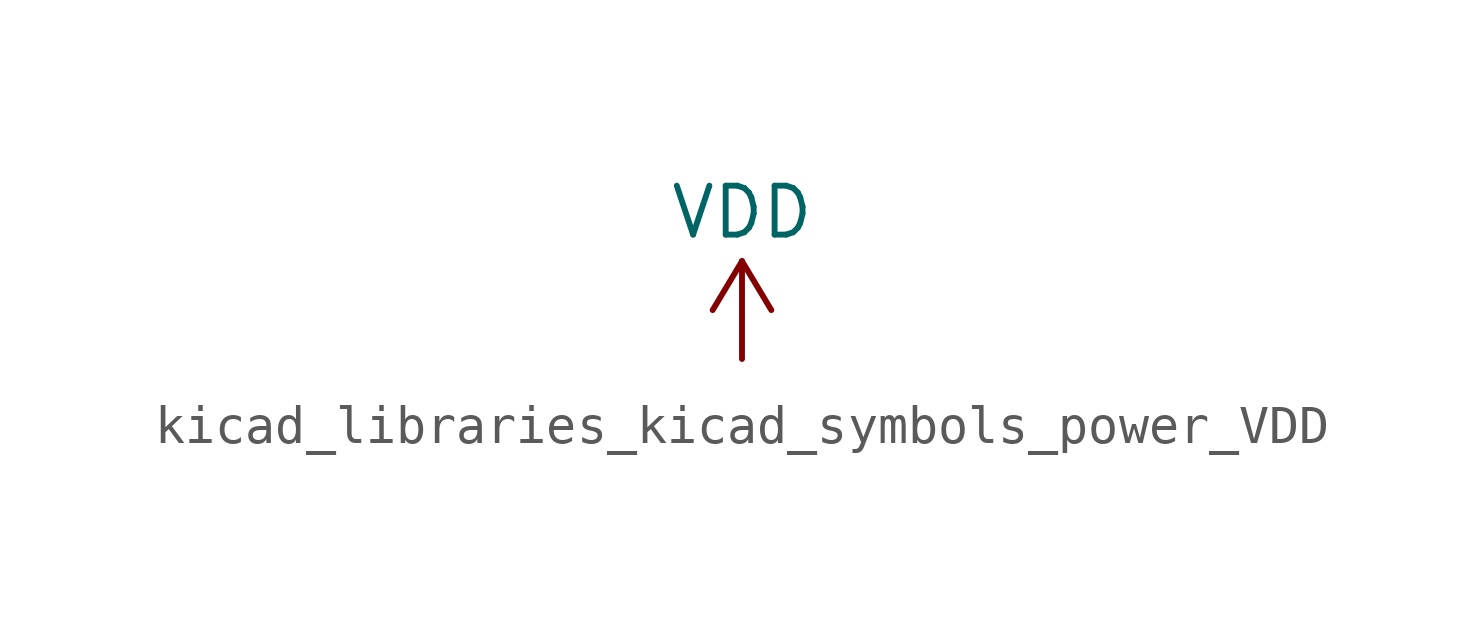
<source format=kicad_sym>
(kicad_symbol_lib
  (version 20220914)
  (generator kicad_symbol_editor)
  (symbol "kicad_libraries_kicad_symbols_power_VDD"
    (power)
    (pin_names
      (offset 0))
    (property "Reference" "#PWR"
      (at 0 -3.81 0)
      (effects (font (size 1.27 1.27)) hide))
    (property "Value" "VDD"
      (at 0 3.81 0)
      (effects (font (size 1.27 1.27))))
    (symbol "kicad_libraries_kicad_symbols_power_VDD_0_1"
      (polyline (pts (xy -0.762 1.27) (xy 0 2.54)) (stroke (width 0) (type default)) (fill (type none)))
      (polyline (pts (xy 0 0) (xy 0 2.54)) (stroke (width 0) (type default)) (fill (type none)))
      (polyline (pts (xy 0 2.54) (xy 0.762 1.27)) (stroke (width 0) (type default)) (fill (type none))))
    (symbol "kicad_libraries_kicad_symbols_power_VDD_1_1"
      (pin power_in line (at 0 0 90) (length 0) hide (name "VDD" (effects (font (size 1.27 1.27)))) (number "1" (effects (font (size 1.27 1.27))))))))
</source>
